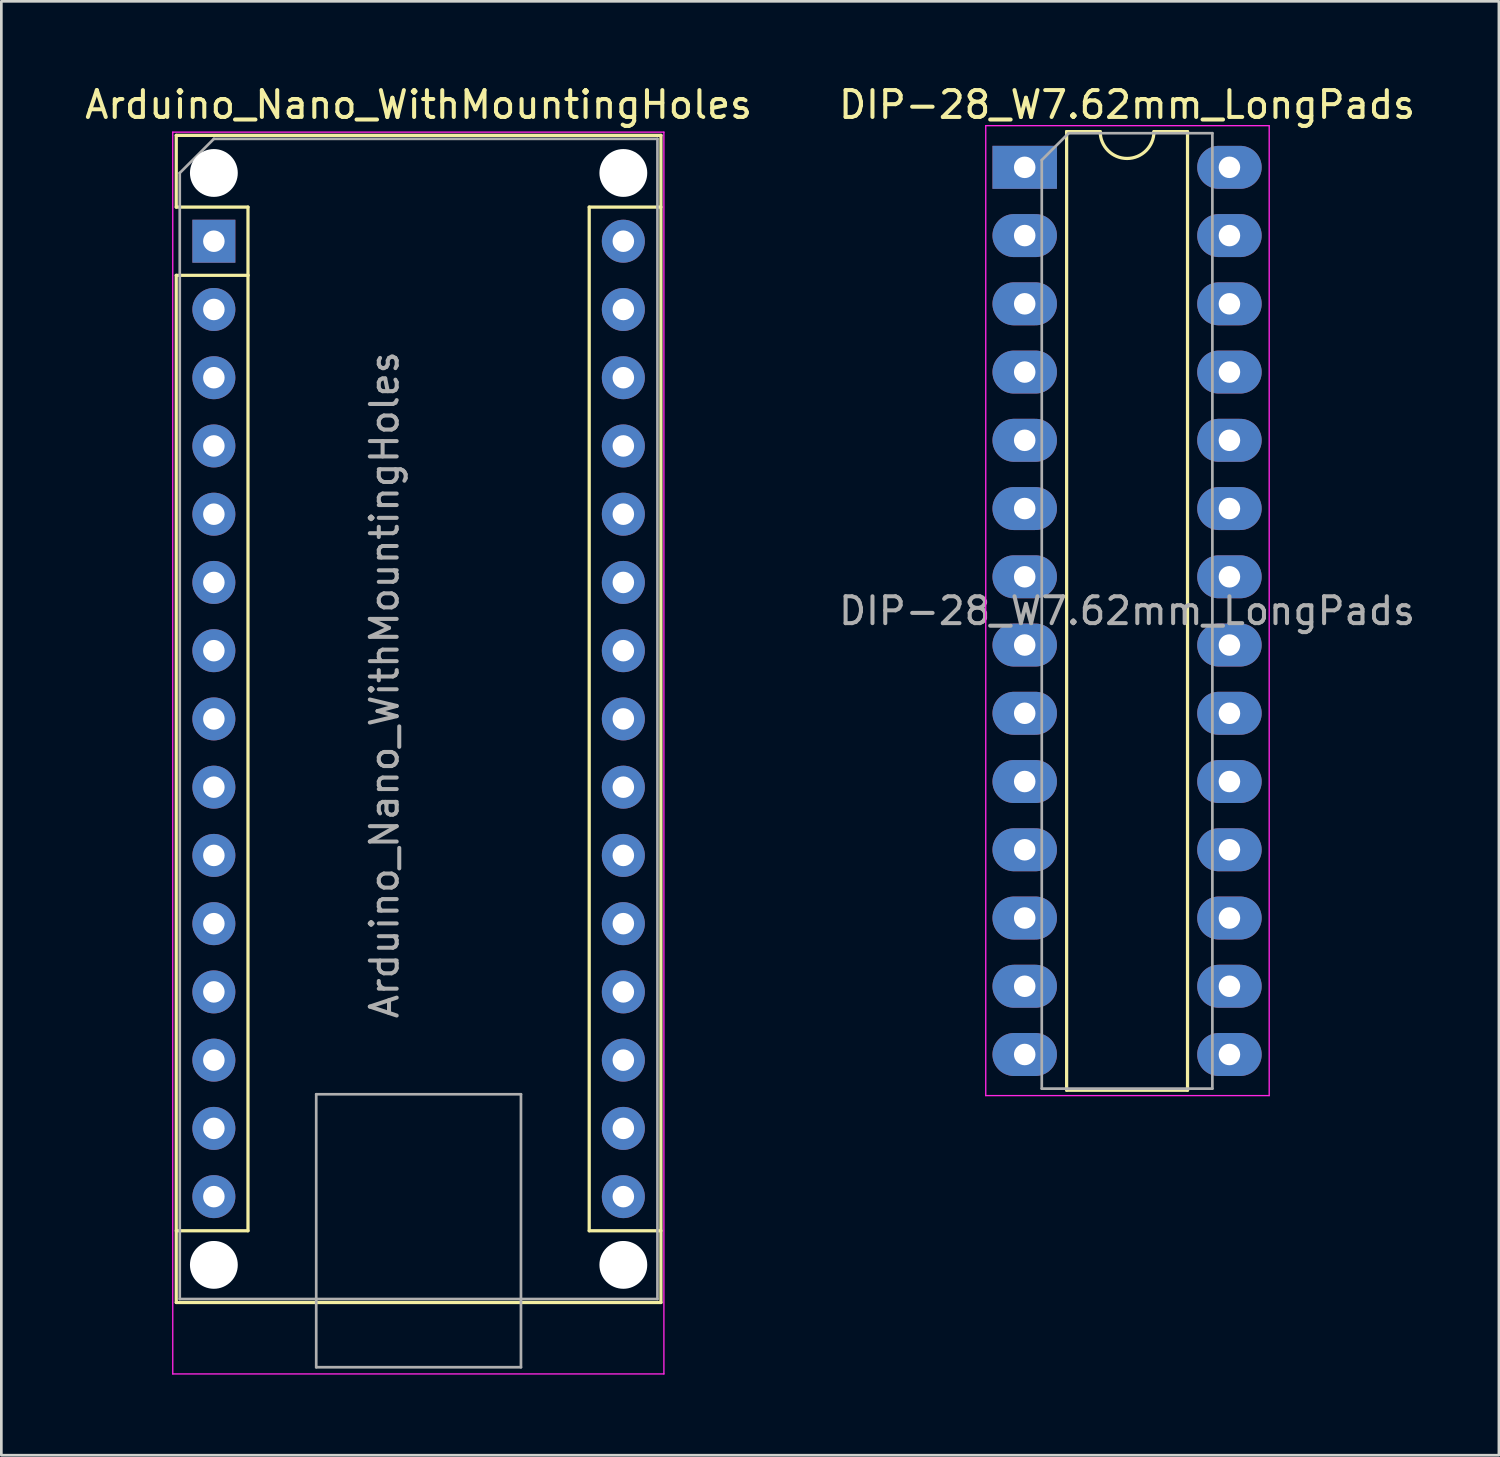
<source format=kicad_pcb>
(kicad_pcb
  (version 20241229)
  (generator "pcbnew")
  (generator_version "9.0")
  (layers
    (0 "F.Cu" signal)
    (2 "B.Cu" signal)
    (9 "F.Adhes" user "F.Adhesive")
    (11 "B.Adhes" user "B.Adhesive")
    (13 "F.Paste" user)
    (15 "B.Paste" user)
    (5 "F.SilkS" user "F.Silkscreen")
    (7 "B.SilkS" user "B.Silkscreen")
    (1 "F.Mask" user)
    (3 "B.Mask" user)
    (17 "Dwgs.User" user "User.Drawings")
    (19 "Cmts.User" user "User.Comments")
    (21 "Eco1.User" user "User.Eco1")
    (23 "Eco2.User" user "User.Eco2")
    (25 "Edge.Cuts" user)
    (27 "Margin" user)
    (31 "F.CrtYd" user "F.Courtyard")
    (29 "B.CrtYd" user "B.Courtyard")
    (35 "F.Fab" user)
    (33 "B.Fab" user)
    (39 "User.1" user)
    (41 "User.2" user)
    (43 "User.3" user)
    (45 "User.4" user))
  (footprint "Arduino_Nano_WithMountingHoles"
    (layer "F.Cu")
    (at 4.91 5.928)
    (property "Reference" "Arduino_Nano_WithMountingHoles" (at 7.62 -5.08 0) (layer "F.SilkS") (effects (font (size 1 1) (thickness 0.15))))
    (attr through_hole)
    (fp_line (start -1.4 -3.94) (end -1.4 -1.27) (stroke (width 0.12) (type solid)) (layer "F.SilkS"))
    (fp_line (start -1.4 1.27) (end -1.4 39.5) (stroke (width 0.12) (type solid)) (layer "F.SilkS"))
    (fp_line (start -1.4 39.5) (end 16.64 39.5) (stroke (width 0.12) (type solid)) (layer "F.SilkS"))
    (fp_line (start 1.27 -1.27) (end -1.4 -1.27) (stroke (width 0.12) (type solid)) (layer "F.SilkS"))
    (fp_line (start 1.27 1.27) (end -1.4 1.27) (stroke (width 0.12) (type solid)) (layer "F.SilkS"))
    (fp_line (start 1.27 1.27) (end 1.27 -1.27) (stroke (width 0.12) (type solid)) (layer "F.SilkS"))
    (fp_line (start 1.27 1.27) (end 1.27 36.83) (stroke (width 0.12) (type solid)) (layer "F.SilkS"))
    (fp_line (start 1.27 36.83) (end -1.4 36.83) (stroke (width 0.12) (type solid)) (layer "F.SilkS"))
    (fp_line (start 13.97 -1.27) (end 13.97 36.83) (stroke (width 0.12) (type solid)) (layer "F.SilkS"))
    (fp_line (start 13.97 -1.27) (end 16.64 -1.27) (stroke (width 0.12) (type solid)) (layer "F.SilkS"))
    (fp_line (start 13.97 36.83) (end 16.64 36.83) (stroke (width 0.12) (type solid)) (layer "F.SilkS"))
    (fp_line (start 16.64 -3.94) (end -1.4 -3.94) (stroke (width 0.12) (type solid)) (layer "F.SilkS"))
    (fp_line (start 16.64 39.5) (end 16.64 -3.94) (stroke (width 0.12) (type solid)) (layer "F.SilkS"))
    (fp_line (start -1.53 -4.06) (end -1.53 42.16) (stroke (width 0.05) (type solid)) (layer "F.CrtYd"))
    (fp_line (start -1.53 -4.06) (end 16.75 -4.06) (stroke (width 0.05) (type solid)) (layer "F.CrtYd"))
    (fp_line (start 16.75 42.16) (end -1.53 42.16) (stroke (width 0.05) (type solid)) (layer "F.CrtYd"))
    (fp_line (start 16.75 42.16) (end 16.75 -4.06) (stroke (width 0.05) (type solid)) (layer "F.CrtYd"))
    (fp_line (start -1.27 -2.54) (end 0 -3.81) (stroke (width 0.1) (type solid)) (layer "F.Fab"))
    (fp_line (start -1.27 39.37) (end -1.27 -2.54) (stroke (width 0.1) (type solid)) (layer "F.Fab"))
    (fp_line (start 0 -3.81) (end 16.51 -3.81) (stroke (width 0.1) (type solid)) (layer "F.Fab"))
    (fp_line (start 3.81 31.75) (end 11.43 31.75) (stroke (width 0.1) (type solid)) (layer "F.Fab"))
    (fp_line (start 3.81 41.91) (end 3.81 31.75) (stroke (width 0.1) (type solid)) (layer "F.Fab"))
    (fp_line (start 11.43 31.75) (end 11.43 41.91) (stroke (width 0.1) (type solid)) (layer "F.Fab"))
    (fp_line (start 11.43 41.91) (end 3.81 41.91) (stroke (width 0.1) (type solid)) (layer "F.Fab"))
    (fp_line (start 16.51 -3.81) (end 16.51 39.37) (stroke (width 0.1) (type solid)) (layer "F.Fab"))
    (fp_line (start 16.51 39.37) (end -1.27 39.37) (stroke (width 0.1) (type solid)) (layer "F.Fab"))
    (fp_text user "${REFERENCE}" (at 6.35 16.51 90) (layer "F.Fab") (effects (font (size 1 1) (thickness 0.15))))
    (pad "" np_thru_hole circle (at 0 -2.54) (size 1.78 1.78) (drill 1.78) (layers "*.Cu" "*.Mask"))
    (pad "" np_thru_hole circle (at 0 38.1) (size 1.78 1.78) (drill 1.78) (layers "*.Cu" "*.Mask"))
    (pad "" np_thru_hole circle (at 15.24 -2.54) (size 1.78 1.78) (drill 1.78) (layers "*.Cu" "*.Mask"))
    (pad "" np_thru_hole circle (at 15.24 38.1) (size 1.78 1.78) (drill 1.78) (layers "*.Cu" "*.Mask"))
    (pad "1" thru_hole rect (at 0 0) (size 1.6 1.6) (drill 0.8) (layers "*.Cu" "*.Mask"))
    (pad "2" thru_hole oval (at 0 2.54) (size 1.6 1.6) (drill 0.8) (layers "*.Cu" "*.Mask"))
    (pad "3" thru_hole oval (at 0 5.08) (size 1.6 1.6) (drill 0.8) (layers "*.Cu" "*.Mask"))
    (pad "4" thru_hole oval (at 0 7.62) (size 1.6 1.6) (drill 0.8) (layers "*.Cu" "*.Mask"))
    (pad "5" thru_hole oval (at 0 10.16) (size 1.6 1.6) (drill 0.8) (layers "*.Cu" "*.Mask"))
    (pad "6" thru_hole oval (at 0 12.7) (size 1.6 1.6) (drill 0.8) (layers "*.Cu" "*.Mask"))
    (pad "7" thru_hole oval (at 0 15.24) (size 1.6 1.6) (drill 0.8) (layers "*.Cu" "*.Mask"))
    (pad "8" thru_hole oval (at 0 17.78) (size 1.6 1.6) (drill 0.8) (layers "*.Cu" "*.Mask"))
    (pad "9" thru_hole oval (at 0 20.32) (size 1.6 1.6) (drill 0.8) (layers "*.Cu" "*.Mask"))
    (pad "10" thru_hole oval (at 0 22.86) (size 1.6 1.6) (drill 0.8) (layers "*.Cu" "*.Mask"))
    (pad "11" thru_hole oval (at 0 25.4) (size 1.6 1.6) (drill 0.8) (layers "*.Cu" "*.Mask"))
    (pad "12" thru_hole oval (at 0 27.94) (size 1.6 1.6) (drill 0.8) (layers "*.Cu" "*.Mask"))
    (pad "13" thru_hole oval (at 0 30.48) (size 1.6 1.6) (drill 0.8) (layers "*.Cu" "*.Mask"))
    (pad "14" thru_hole oval (at 0 33.02) (size 1.6 1.6) (drill 0.8) (layers "*.Cu" "*.Mask"))
    (pad "15" thru_hole oval (at 0 35.56) (size 1.6 1.6) (drill 0.8) (layers "*.Cu" "*.Mask"))
    (pad "16" thru_hole oval (at 15.24 35.56) (size 1.6 1.6) (drill 0.8) (layers "*.Cu" "*.Mask"))
    (pad "17" thru_hole oval (at 15.24 33.02) (size 1.6 1.6) (drill 0.8) (layers "*.Cu" "*.Mask"))
    (pad "18" thru_hole oval (at 15.24 30.48) (size 1.6 1.6) (drill 0.8) (layers "*.Cu" "*.Mask"))
    (pad "19" thru_hole oval (at 15.24 27.94) (size 1.6 1.6) (drill 0.8) (layers "*.Cu" "*.Mask"))
    (pad "20" thru_hole oval (at 15.24 25.4) (size 1.6 1.6) (drill 0.8) (layers "*.Cu" "*.Mask"))
    (pad "21" thru_hole oval (at 15.24 22.86) (size 1.6 1.6) (drill 0.8) (layers "*.Cu" "*.Mask"))
    (pad "22" thru_hole oval (at 15.24 20.32) (size 1.6 1.6) (drill 0.8) (layers "*.Cu" "*.Mask"))
    (pad "23" thru_hole oval (at 15.24 17.78) (size 1.6 1.6) (drill 0.8) (layers "*.Cu" "*.Mask"))
    (pad "24" thru_hole oval (at 15.24 15.24) (size 1.6 1.6) (drill 0.8) (layers "*.Cu" "*.Mask"))
    (pad "25" thru_hole oval (at 15.24 12.7) (size 1.6 1.6) (drill 0.8) (layers "*.Cu" "*.Mask"))
    (pad "26" thru_hole oval (at 15.24 10.16) (size 1.6 1.6) (drill 0.8) (layers "*.Cu" "*.Mask"))
    (pad "27" thru_hole oval (at 15.24 7.62) (size 1.6 1.6) (drill 0.8) (layers "*.Cu" "*.Mask"))
    (pad "28" thru_hole oval (at 15.24 5.08) (size 1.6 1.6) (drill 0.8) (layers "*.Cu" "*.Mask"))
    (pad "29" thru_hole oval (at 15.24 2.54) (size 1.6 1.6) (drill 0.8) (layers "*.Cu" "*.Mask"))
    (pad "30" thru_hole oval (at 15.24 0) (size 1.6 1.6) (drill 0.8) (layers "*.Cu" "*.Mask")))
  (footprint "DIP-28_W7.62mm_LongPads"
    (layer "F.Cu")
    (at 35.089 3.178)
    (property "Reference" "DIP-28_W7.62mm_LongPads" (at 3.81 -2.33 0) (layer "F.SilkS") (effects (font (size 1 1) (thickness 0.15))))
    (attr through_hole)
    (fp_line (start 1.56 -1.33) (end 1.56 34.35) (stroke (width 0.12) (type solid)) (layer "F.SilkS"))
    (fp_line (start 1.56 34.35) (end 6.06 34.35) (stroke (width 0.12) (type solid)) (layer "F.SilkS"))
    (fp_line (start 2.81 -1.33) (end 1.56 -1.33) (stroke (width 0.12) (type solid)) (layer "F.SilkS"))
    (fp_line (start 6.06 -1.33) (end 4.81 -1.33) (stroke (width 0.12) (type solid)) (layer "F.SilkS"))
    (fp_line (start 6.06 34.35) (end 6.06 -1.33) (stroke (width 0.12) (type solid)) (layer "F.SilkS"))
    (fp_arc (start 4.81 -1.33) (mid 3.81 -0.33) (end 2.81 -1.33) (stroke (width 0.12) (type solid)) (layer "F.SilkS"))
    (fp_line (start -1.45 -1.55) (end -1.45 34.55) (stroke (width 0.05) (type solid)) (layer "F.CrtYd"))
    (fp_line (start -1.45 34.55) (end 9.1 34.55) (stroke (width 0.05) (type solid)) (layer "F.CrtYd"))
    (fp_line (start 9.1 -1.55) (end -1.45 -1.55) (stroke (width 0.05) (type solid)) (layer "F.CrtYd"))
    (fp_line (start 9.1 34.55) (end 9.1 -1.55) (stroke (width 0.05) (type solid)) (layer "F.CrtYd"))
    (fp_line (start 0.635 -0.27) (end 1.635 -1.27) (stroke (width 0.1) (type solid)) (layer "F.Fab"))
    (fp_line (start 0.635 34.29) (end 0.635 -0.27) (stroke (width 0.1) (type solid)) (layer "F.Fab"))
    (fp_line (start 1.635 -1.27) (end 6.985 -1.27) (stroke (width 0.1) (type solid)) (layer "F.Fab"))
    (fp_line (start 6.985 -1.27) (end 6.985 34.29) (stroke (width 0.1) (type solid)) (layer "F.Fab"))
    (fp_line (start 6.985 34.29) (end 0.635 34.29) (stroke (width 0.1) (type solid)) (layer "F.Fab"))
    (fp_text user "${REFERENCE}" (at 3.81 16.51 0) (layer "F.Fab") (effects (font (size 1 1) (thickness 0.15))))
    (pad "1" thru_hole rect (at 0 0) (size 2.4 1.6) (drill 0.8) (layers "*.Cu" "*.Mask"))
    (pad "2" thru_hole oval (at 0 2.54) (size 2.4 1.6) (drill 0.8) (layers "*.Cu" "*.Mask"))
    (pad "3" thru_hole oval (at 0 5.08) (size 2.4 1.6) (drill 0.8) (layers "*.Cu" "*.Mask"))
    (pad "4" thru_hole oval (at 0 7.62) (size 2.4 1.6) (drill 0.8) (layers "*.Cu" "*.Mask"))
    (pad "5" thru_hole oval (at 0 10.16) (size 2.4 1.6) (drill 0.8) (layers "*.Cu" "*.Mask"))
    (pad "6" thru_hole oval (at 0 12.7) (size 2.4 1.6) (drill 0.8) (layers "*.Cu" "*.Mask"))
    (pad "7" thru_hole oval (at 0 15.24) (size 2.4 1.6) (drill 0.8) (layers "*.Cu" "*.Mask"))
    (pad "8" thru_hole oval (at 0 17.78) (size 2.4 1.6) (drill 0.8) (layers "*.Cu" "*.Mask"))
    (pad "9" thru_hole oval (at 0 20.32) (size 2.4 1.6) (drill 0.8) (layers "*.Cu" "*.Mask"))
    (pad "10" thru_hole oval (at 0 22.86) (size 2.4 1.6) (drill 0.8) (layers "*.Cu" "*.Mask"))
    (pad "11" thru_hole oval (at 0 25.4) (size 2.4 1.6) (drill 0.8) (layers "*.Cu" "*.Mask"))
    (pad "12" thru_hole oval (at 0 27.94) (size 2.4 1.6) (drill 0.8) (layers "*.Cu" "*.Mask"))
    (pad "13" thru_hole oval (at 0 30.48) (size 2.4 1.6) (drill 0.8) (layers "*.Cu" "*.Mask"))
    (pad "14" thru_hole oval (at 0 33.02) (size 2.4 1.6) (drill 0.8) (layers "*.Cu" "*.Mask"))
    (pad "15" thru_hole oval (at 7.62 33.02) (size 2.4 1.6) (drill 0.8) (layers "*.Cu" "*.Mask"))
    (pad "16" thru_hole oval (at 7.62 30.48) (size 2.4 1.6) (drill 0.8) (layers "*.Cu" "*.Mask"))
    (pad "17" thru_hole oval (at 7.62 27.94) (size 2.4 1.6) (drill 0.8) (layers "*.Cu" "*.Mask"))
    (pad "18" thru_hole oval (at 7.62 25.4) (size 2.4 1.6) (drill 0.8) (layers "*.Cu" "*.Mask"))
    (pad "19" thru_hole oval (at 7.62 22.86) (size 2.4 1.6) (drill 0.8) (layers "*.Cu" "*.Mask"))
    (pad "20" thru_hole oval (at 7.62 20.32) (size 2.4 1.6) (drill 0.8) (layers "*.Cu" "*.Mask"))
    (pad "21" thru_hole oval (at 7.62 17.78) (size 2.4 1.6) (drill 0.8) (layers "*.Cu" "*.Mask"))
    (pad "22" thru_hole oval (at 7.62 15.24) (size 2.4 1.6) (drill 0.8) (layers "*.Cu" "*.Mask"))
    (pad "23" thru_hole oval (at 7.62 12.7) (size 2.4 1.6) (drill 0.8) (layers "*.Cu" "*.Mask"))
    (pad "24" thru_hole oval (at 7.62 10.16) (size 2.4 1.6) (drill 0.8) (layers "*.Cu" "*.Mask"))
    (pad "25" thru_hole oval (at 7.62 7.62) (size 2.4 1.6) (drill 0.8) (layers "*.Cu" "*.Mask"))
    (pad "26" thru_hole oval (at 7.62 5.08) (size 2.4 1.6) (drill 0.8) (layers "*.Cu" "*.Mask"))
    (pad "27" thru_hole oval (at 7.62 2.54) (size 2.4 1.6) (drill 0.8) (layers "*.Cu" "*.Mask"))
    (pad "28" thru_hole oval (at 7.62 0) (size 2.4 1.6) (drill 0.8) (layers "*.Cu" "*.Mask")))
  (gr_rect
    (start -3 -3)
    (end 52.738 51.113)
    (stroke (width 0.1) (type default))
    (fill no)
    (layer "Edge.Cuts")))
</source>
